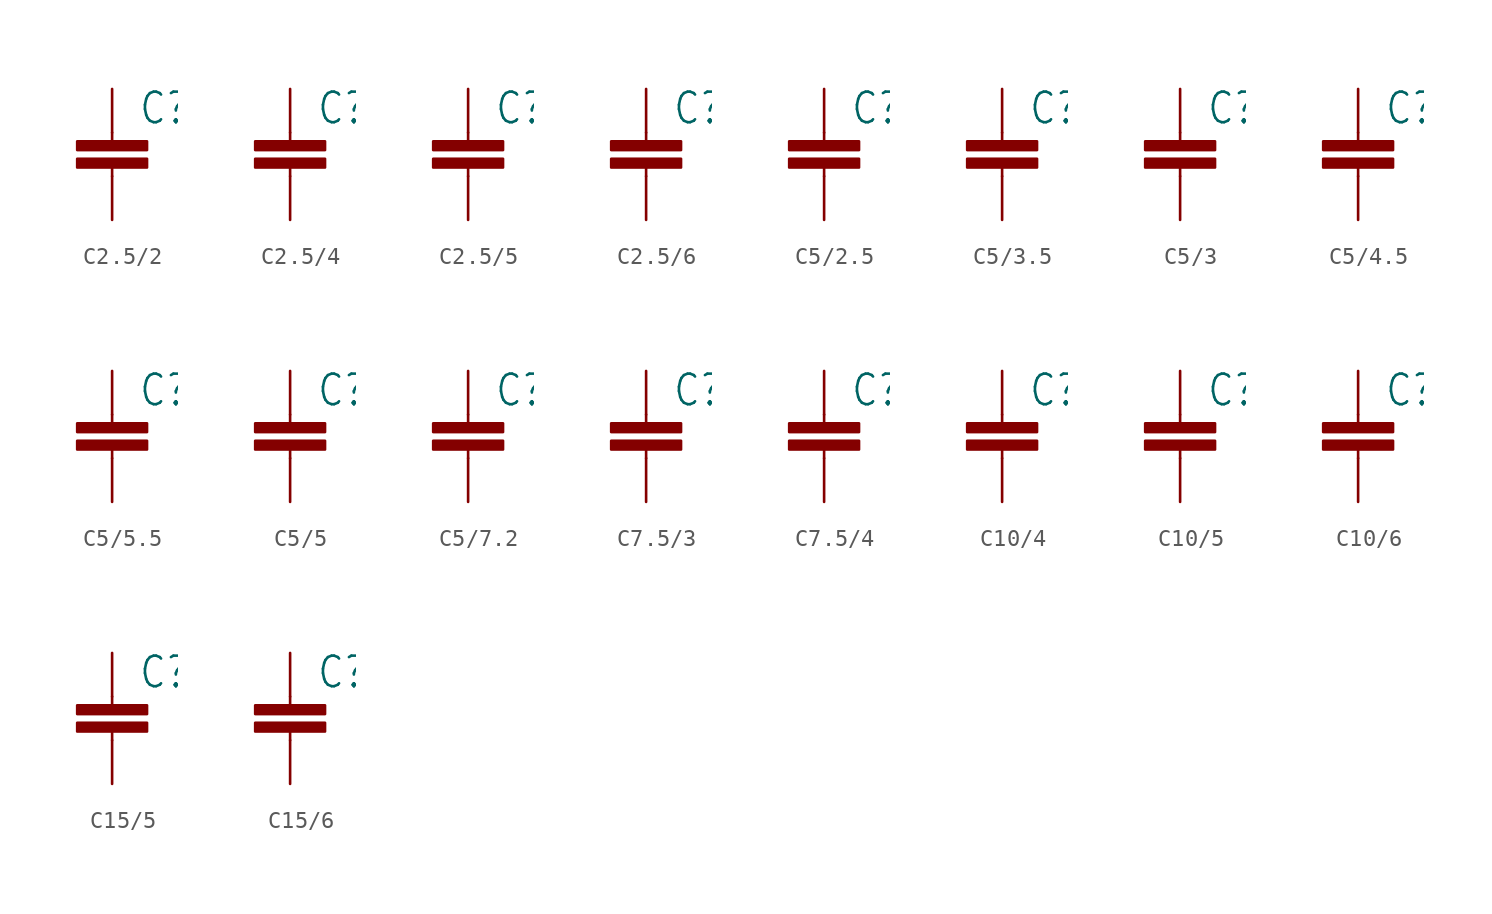
<source format=kicad_sym>
(kicad_symbol_lib
  (version 20220914)
  (generator kicad_symbol_editor)
  (symbol "C2.5/2"
    (property "Reference" "C"
      (at 1.524 0.381 0)
      (effects (font (size 1.778 1.511)) (justify left bottom)))
    (property "Value" ""
      (at 1.524 -4.699 0)
      (effects (font (size 1.778 1.511)) (justify left bottom)))
    (property "ki_locked" ""
      (at 0 0 0)
      (effects (font (size 1.27 1.27))))
    (symbol "C2.5/2_1_0"
      (rectangle (start -2.032 -2.032) (end 2.032 -1.524) (stroke (width 0) (type default)) (fill (type outline)))
      (rectangle (start -2.032 -1.016) (end 2.032 -0.508) (stroke (width 0) (type default)) (fill (type outline)))
      (polyline (pts (xy 0 -2.54) (xy 0 -2.032)) (stroke (width 0.152) (type solid)) (fill (type none)))
      (polyline (pts (xy 0 0) (xy 0 -0.508)) (stroke (width 0.152) (type solid)) (fill (type none)))
      (pin passive line (at 0 2.54 270) (length 2.54) (name "1" (effects (font (size 0 0)))) (number "1" (effects (font (size 0 0)))))
      (pin passive line (at 0 -5.08 90) (length 2.54) (name "2" (effects (font (size 0 0)))) (number "2" (effects (font (size 0 0)))))))
  (symbol "C2.5/4"
    (property "Reference" "C"
      (at 1.524 0.381 0)
      (effects (font (size 1.778 1.511)) (justify left bottom)))
    (property "Value" ""
      (at 1.524 -4.699 0)
      (effects (font (size 1.778 1.511)) (justify left bottom)))
    (property "ki_locked" ""
      (at 0 0 0)
      (effects (font (size 1.27 1.27))))
    (symbol "C2.5/4_1_0"
      (rectangle (start -2.032 -2.032) (end 2.032 -1.524) (stroke (width 0) (type default)) (fill (type outline)))
      (rectangle (start -2.032 -1.016) (end 2.032 -0.508) (stroke (width 0) (type default)) (fill (type outline)))
      (polyline (pts (xy 0 -2.54) (xy 0 -2.032)) (stroke (width 0.152) (type solid)) (fill (type none)))
      (polyline (pts (xy 0 0) (xy 0 -0.508)) (stroke (width 0.152) (type solid)) (fill (type none)))
      (pin passive line (at 0 2.54 270) (length 2.54) (name "1" (effects (font (size 0 0)))) (number "1" (effects (font (size 0 0)))))
      (pin passive line (at 0 -5.08 90) (length 2.54) (name "2" (effects (font (size 0 0)))) (number "2" (effects (font (size 0 0)))))))
  (symbol "C2.5/5"
    (property "Reference" "C"
      (at 1.524 0.381 0)
      (effects (font (size 1.778 1.511)) (justify left bottom)))
    (property "Value" ""
      (at 1.524 -4.699 0)
      (effects (font (size 1.778 1.511)) (justify left bottom)))
    (property "ki_locked" ""
      (at 0 0 0)
      (effects (font (size 1.27 1.27))))
    (symbol "C2.5/5_1_0"
      (rectangle (start -2.032 -2.032) (end 2.032 -1.524) (stroke (width 0) (type default)) (fill (type outline)))
      (rectangle (start -2.032 -1.016) (end 2.032 -0.508) (stroke (width 0) (type default)) (fill (type outline)))
      (polyline (pts (xy 0 -2.54) (xy 0 -2.032)) (stroke (width 0.152) (type solid)) (fill (type none)))
      (polyline (pts (xy 0 0) (xy 0 -0.508)) (stroke (width 0.152) (type solid)) (fill (type none)))
      (pin passive line (at 0 2.54 270) (length 2.54) (name "1" (effects (font (size 0 0)))) (number "1" (effects (font (size 0 0)))))
      (pin passive line (at 0 -5.08 90) (length 2.54) (name "2" (effects (font (size 0 0)))) (number "2" (effects (font (size 0 0)))))))
  (symbol "C2.5/6"
    (property "Reference" "C"
      (at 1.524 0.381 0)
      (effects (font (size 1.778 1.511)) (justify left bottom)))
    (property "Value" ""
      (at 1.524 -4.699 0)
      (effects (font (size 1.778 1.511)) (justify left bottom)))
    (property "ki_locked" ""
      (at 0 0 0)
      (effects (font (size 1.27 1.27))))
    (symbol "C2.5/6_1_0"
      (rectangle (start -2.032 -2.032) (end 2.032 -1.524) (stroke (width 0) (type default)) (fill (type outline)))
      (rectangle (start -2.032 -1.016) (end 2.032 -0.508) (stroke (width 0) (type default)) (fill (type outline)))
      (polyline (pts (xy 0 -2.54) (xy 0 -2.032)) (stroke (width 0.152) (type solid)) (fill (type none)))
      (polyline (pts (xy 0 0) (xy 0 -0.508)) (stroke (width 0.152) (type solid)) (fill (type none)))
      (pin passive line (at 0 2.54 270) (length 2.54) (name "1" (effects (font (size 0 0)))) (number "1" (effects (font (size 0 0)))))
      (pin passive line (at 0 -5.08 90) (length 2.54) (name "2" (effects (font (size 0 0)))) (number "2" (effects (font (size 0 0)))))))
  (symbol "C5/2.5"
    (property "Reference" "C"
      (at 1.524 0.381 0)
      (effects (font (size 1.778 1.511)) (justify left bottom)))
    (property "Value" ""
      (at 1.524 -4.699 0)
      (effects (font (size 1.778 1.511)) (justify left bottom)))
    (property "ki_locked" ""
      (at 0 0 0)
      (effects (font (size 1.27 1.27))))
    (symbol "C5/2.5_1_0"
      (rectangle (start -2.032 -2.032) (end 2.032 -1.524) (stroke (width 0) (type default)) (fill (type outline)))
      (rectangle (start -2.032 -1.016) (end 2.032 -0.508) (stroke (width 0) (type default)) (fill (type outline)))
      (polyline (pts (xy 0 -2.54) (xy 0 -2.032)) (stroke (width 0.152) (type solid)) (fill (type none)))
      (polyline (pts (xy 0 0) (xy 0 -0.508)) (stroke (width 0.152) (type solid)) (fill (type none)))
      (pin passive line (at 0 2.54 270) (length 2.54) (name "1" (effects (font (size 0 0)))) (number "1" (effects (font (size 0 0)))))
      (pin passive line (at 0 -5.08 90) (length 2.54) (name "2" (effects (font (size 0 0)))) (number "2" (effects (font (size 0 0)))))))
  (symbol "C5/3.5"
    (property "Reference" "C"
      (at 1.524 0.381 0)
      (effects (font (size 1.778 1.511)) (justify left bottom)))
    (property "Value" ""
      (at 1.524 -4.699 0)
      (effects (font (size 1.778 1.511)) (justify left bottom)))
    (property "ki_locked" ""
      (at 0 0 0)
      (effects (font (size 1.27 1.27))))
    (symbol "C5/3.5_1_0"
      (rectangle (start -2.032 -2.032) (end 2.032 -1.524) (stroke (width 0) (type default)) (fill (type outline)))
      (rectangle (start -2.032 -1.016) (end 2.032 -0.508) (stroke (width 0) (type default)) (fill (type outline)))
      (polyline (pts (xy 0 -2.54) (xy 0 -2.032)) (stroke (width 0.152) (type solid)) (fill (type none)))
      (polyline (pts (xy 0 0) (xy 0 -0.508)) (stroke (width 0.152) (type solid)) (fill (type none)))
      (pin passive line (at 0 2.54 270) (length 2.54) (name "1" (effects (font (size 0 0)))) (number "1" (effects (font (size 0 0)))))
      (pin passive line (at 0 -5.08 90) (length 2.54) (name "2" (effects (font (size 0 0)))) (number "2" (effects (font (size 0 0)))))))
  (symbol "C5/3"
    (property "Reference" "C"
      (at 1.524 0.381 0)
      (effects (font (size 1.778 1.511)) (justify left bottom)))
    (property "Value" ""
      (at 1.524 -4.699 0)
      (effects (font (size 1.778 1.511)) (justify left bottom)))
    (property "ki_locked" ""
      (at 0 0 0)
      (effects (font (size 1.27 1.27))))
    (symbol "C5/3_1_0"
      (rectangle (start -2.032 -2.032) (end 2.032 -1.524) (stroke (width 0) (type default)) (fill (type outline)))
      (rectangle (start -2.032 -1.016) (end 2.032 -0.508) (stroke (width 0) (type default)) (fill (type outline)))
      (polyline (pts (xy 0 -2.54) (xy 0 -2.032)) (stroke (width 0.152) (type solid)) (fill (type none)))
      (polyline (pts (xy 0 0) (xy 0 -0.508)) (stroke (width 0.152) (type solid)) (fill (type none)))
      (pin passive line (at 0 2.54 270) (length 2.54) (name "1" (effects (font (size 0 0)))) (number "1" (effects (font (size 0 0)))))
      (pin passive line (at 0 -5.08 90) (length 2.54) (name "2" (effects (font (size 0 0)))) (number "2" (effects (font (size 0 0)))))))
  (symbol "C5/4.5"
    (property "Reference" "C"
      (at 1.524 0.381 0)
      (effects (font (size 1.778 1.511)) (justify left bottom)))
    (property "Value" ""
      (at 1.524 -4.699 0)
      (effects (font (size 1.778 1.511)) (justify left bottom)))
    (property "ki_locked" ""
      (at 0 0 0)
      (effects (font (size 1.27 1.27))))
    (symbol "C5/4.5_1_0"
      (rectangle (start -2.032 -2.032) (end 2.032 -1.524) (stroke (width 0) (type default)) (fill (type outline)))
      (rectangle (start -2.032 -1.016) (end 2.032 -0.508) (stroke (width 0) (type default)) (fill (type outline)))
      (polyline (pts (xy 0 -2.54) (xy 0 -2.032)) (stroke (width 0.152) (type solid)) (fill (type none)))
      (polyline (pts (xy 0 0) (xy 0 -0.508)) (stroke (width 0.152) (type solid)) (fill (type none)))
      (pin passive line (at 0 2.54 270) (length 2.54) (name "1" (effects (font (size 0 0)))) (number "1" (effects (font (size 0 0)))))
      (pin passive line (at 0 -5.08 90) (length 2.54) (name "2" (effects (font (size 0 0)))) (number "2" (effects (font (size 0 0)))))))
  (symbol "C5/5.5"
    (property "Reference" "C"
      (at 1.524 0.381 0)
      (effects (font (size 1.778 1.511)) (justify left bottom)))
    (property "Value" ""
      (at 1.524 -4.699 0)
      (effects (font (size 1.778 1.511)) (justify left bottom)))
    (property "ki_locked" ""
      (at 0 0 0)
      (effects (font (size 1.27 1.27))))
    (symbol "C5/5.5_1_0"
      (rectangle (start -2.032 -2.032) (end 2.032 -1.524) (stroke (width 0) (type default)) (fill (type outline)))
      (rectangle (start -2.032 -1.016) (end 2.032 -0.508) (stroke (width 0) (type default)) (fill (type outline)))
      (polyline (pts (xy 0 -2.54) (xy 0 -2.032)) (stroke (width 0.152) (type solid)) (fill (type none)))
      (polyline (pts (xy 0 0) (xy 0 -0.508)) (stroke (width 0.152) (type solid)) (fill (type none)))
      (pin passive line (at 0 2.54 270) (length 2.54) (name "1" (effects (font (size 0 0)))) (number "1" (effects (font (size 0 0)))))
      (pin passive line (at 0 -5.08 90) (length 2.54) (name "2" (effects (font (size 0 0)))) (number "2" (effects (font (size 0 0)))))))
  (symbol "C5/5"
    (property "Reference" "C"
      (at 1.524 0.381 0)
      (effects (font (size 1.778 1.511)) (justify left bottom)))
    (property "Value" ""
      (at 1.524 -4.699 0)
      (effects (font (size 1.778 1.511)) (justify left bottom)))
    (property "ki_locked" ""
      (at 0 0 0)
      (effects (font (size 1.27 1.27))))
    (symbol "C5/5_1_0"
      (rectangle (start -2.032 -2.032) (end 2.032 -1.524) (stroke (width 0) (type default)) (fill (type outline)))
      (rectangle (start -2.032 -1.016) (end 2.032 -0.508) (stroke (width 0) (type default)) (fill (type outline)))
      (polyline (pts (xy 0 -2.54) (xy 0 -2.032)) (stroke (width 0.152) (type solid)) (fill (type none)))
      (polyline (pts (xy 0 0) (xy 0 -0.508)) (stroke (width 0.152) (type solid)) (fill (type none)))
      (pin passive line (at 0 2.54 270) (length 2.54) (name "1" (effects (font (size 0 0)))) (number "1" (effects (font (size 0 0)))))
      (pin passive line (at 0 -5.08 90) (length 2.54) (name "2" (effects (font (size 0 0)))) (number "2" (effects (font (size 0 0)))))))
  (symbol "C5/7.2"
    (property "Reference" "C"
      (at 1.524 0.381 0)
      (effects (font (size 1.778 1.511)) (justify left bottom)))
    (property "Value" ""
      (at 1.524 -4.699 0)
      (effects (font (size 1.778 1.511)) (justify left bottom)))
    (property "ki_locked" ""
      (at 0 0 0)
      (effects (font (size 1.27 1.27))))
    (symbol "C5/7.2_1_0"
      (rectangle (start -2.032 -2.032) (end 2.032 -1.524) (stroke (width 0) (type default)) (fill (type outline)))
      (rectangle (start -2.032 -1.016) (end 2.032 -0.508) (stroke (width 0) (type default)) (fill (type outline)))
      (polyline (pts (xy 0 -2.54) (xy 0 -2.032)) (stroke (width 0.152) (type solid)) (fill (type none)))
      (polyline (pts (xy 0 0) (xy 0 -0.508)) (stroke (width 0.152) (type solid)) (fill (type none)))
      (pin passive line (at 0 2.54 270) (length 2.54) (name "1" (effects (font (size 0 0)))) (number "1" (effects (font (size 0 0)))))
      (pin passive line (at 0 -5.08 90) (length 2.54) (name "2" (effects (font (size 0 0)))) (number "2" (effects (font (size 0 0)))))))
  (symbol "C7.5/3"
    (property "Reference" "C"
      (at 1.524 0.381 0)
      (effects (font (size 1.778 1.511)) (justify left bottom)))
    (property "Value" ""
      (at 1.524 -4.699 0)
      (effects (font (size 1.778 1.511)) (justify left bottom)))
    (property "ki_locked" ""
      (at 0 0 0)
      (effects (font (size 1.27 1.27))))
    (symbol "C7.5/3_1_0"
      (rectangle (start -2.032 -2.032) (end 2.032 -1.524) (stroke (width 0) (type default)) (fill (type outline)))
      (rectangle (start -2.032 -1.016) (end 2.032 -0.508) (stroke (width 0) (type default)) (fill (type outline)))
      (polyline (pts (xy 0 -2.54) (xy 0 -2.032)) (stroke (width 0.152) (type solid)) (fill (type none)))
      (polyline (pts (xy 0 0) (xy 0 -0.508)) (stroke (width 0.152) (type solid)) (fill (type none)))
      (pin passive line (at 0 2.54 270) (length 2.54) (name "1" (effects (font (size 0 0)))) (number "1" (effects (font (size 0 0)))))
      (pin passive line (at 0 -5.08 90) (length 2.54) (name "2" (effects (font (size 0 0)))) (number "2" (effects (font (size 0 0)))))))
  (symbol "C7.5/4"
    (property "Reference" "C"
      (at 1.524 0.381 0)
      (effects (font (size 1.778 1.511)) (justify left bottom)))
    (property "Value" ""
      (at 1.524 -4.699 0)
      (effects (font (size 1.778 1.511)) (justify left bottom)))
    (property "ki_locked" ""
      (at 0 0 0)
      (effects (font (size 1.27 1.27))))
    (symbol "C7.5/4_1_0"
      (rectangle (start -2.032 -2.032) (end 2.032 -1.524) (stroke (width 0) (type default)) (fill (type outline)))
      (rectangle (start -2.032 -1.016) (end 2.032 -0.508) (stroke (width 0) (type default)) (fill (type outline)))
      (polyline (pts (xy 0 -2.54) (xy 0 -2.032)) (stroke (width 0.152) (type solid)) (fill (type none)))
      (polyline (pts (xy 0 0) (xy 0 -0.508)) (stroke (width 0.152) (type solid)) (fill (type none)))
      (pin passive line (at 0 2.54 270) (length 2.54) (name "1" (effects (font (size 0 0)))) (number "1" (effects (font (size 0 0)))))
      (pin passive line (at 0 -5.08 90) (length 2.54) (name "2" (effects (font (size 0 0)))) (number "2" (effects (font (size 0 0)))))))
  (symbol "C10/4"
    (property "Reference" "C"
      (at 1.524 0.381 0)
      (effects (font (size 1.778 1.511)) (justify left bottom)))
    (property "Value" ""
      (at 1.524 -4.699 0)
      (effects (font (size 1.778 1.511)) (justify left bottom)))
    (property "ki_locked" ""
      (at 0 0 0)
      (effects (font (size 1.27 1.27))))
    (symbol "C10/4_1_0"
      (rectangle (start -2.032 -2.032) (end 2.032 -1.524) (stroke (width 0) (type default)) (fill (type outline)))
      (rectangle (start -2.032 -1.016) (end 2.032 -0.508) (stroke (width 0) (type default)) (fill (type outline)))
      (polyline (pts (xy 0 -2.54) (xy 0 -2.032)) (stroke (width 0.152) (type solid)) (fill (type none)))
      (polyline (pts (xy 0 0) (xy 0 -0.508)) (stroke (width 0.152) (type solid)) (fill (type none)))
      (pin passive line (at 0 2.54 270) (length 2.54) (name "1" (effects (font (size 0 0)))) (number "1" (effects (font (size 0 0)))))
      (pin passive line (at 0 -5.08 90) (length 2.54) (name "2" (effects (font (size 0 0)))) (number "2" (effects (font (size 0 0)))))))
  (symbol "C10/5"
    (property "Reference" "C"
      (at 1.524 0.381 0)
      (effects (font (size 1.778 1.511)) (justify left bottom)))
    (property "Value" ""
      (at 1.524 -4.699 0)
      (effects (font (size 1.778 1.511)) (justify left bottom)))
    (property "ki_locked" ""
      (at 0 0 0)
      (effects (font (size 1.27 1.27))))
    (symbol "C10/5_1_0"
      (rectangle (start -2.032 -2.032) (end 2.032 -1.524) (stroke (width 0) (type default)) (fill (type outline)))
      (rectangle (start -2.032 -1.016) (end 2.032 -0.508) (stroke (width 0) (type default)) (fill (type outline)))
      (polyline (pts (xy 0 -2.54) (xy 0 -2.032)) (stroke (width 0.152) (type solid)) (fill (type none)))
      (polyline (pts (xy 0 0) (xy 0 -0.508)) (stroke (width 0.152) (type solid)) (fill (type none)))
      (pin passive line (at 0 2.54 270) (length 2.54) (name "1" (effects (font (size 0 0)))) (number "1" (effects (font (size 0 0)))))
      (pin passive line (at 0 -5.08 90) (length 2.54) (name "2" (effects (font (size 0 0)))) (number "2" (effects (font (size 0 0)))))))
  (symbol "C10/6"
    (property "Reference" "C"
      (at 1.524 0.381 0)
      (effects (font (size 1.778 1.511)) (justify left bottom)))
    (property "Value" ""
      (at 1.524 -4.699 0)
      (effects (font (size 1.778 1.511)) (justify left bottom)))
    (property "ki_locked" ""
      (at 0 0 0)
      (effects (font (size 1.27 1.27))))
    (symbol "C10/6_1_0"
      (rectangle (start -2.032 -2.032) (end 2.032 -1.524) (stroke (width 0) (type default)) (fill (type outline)))
      (rectangle (start -2.032 -1.016) (end 2.032 -0.508) (stroke (width 0) (type default)) (fill (type outline)))
      (polyline (pts (xy 0 -2.54) (xy 0 -2.032)) (stroke (width 0.152) (type solid)) (fill (type none)))
      (polyline (pts (xy 0 0) (xy 0 -0.508)) (stroke (width 0.152) (type solid)) (fill (type none)))
      (pin passive line (at 0 2.54 270) (length 2.54) (name "1" (effects (font (size 0 0)))) (number "1" (effects (font (size 0 0)))))
      (pin passive line (at 0 -5.08 90) (length 2.54) (name "2" (effects (font (size 0 0)))) (number "2" (effects (font (size 0 0)))))))
  (symbol "C15/5"
    (property "Reference" "C"
      (at 1.524 0.381 0)
      (effects (font (size 1.778 1.511)) (justify left bottom)))
    (property "Value" ""
      (at 1.524 -4.699 0)
      (effects (font (size 1.778 1.511)) (justify left bottom)))
    (property "ki_locked" ""
      (at 0 0 0)
      (effects (font (size 1.27 1.27))))
    (symbol "C15/5_1_0"
      (rectangle (start -2.032 -2.032) (end 2.032 -1.524) (stroke (width 0) (type default)) (fill (type outline)))
      (rectangle (start -2.032 -1.016) (end 2.032 -0.508) (stroke (width 0) (type default)) (fill (type outline)))
      (polyline (pts (xy 0 -2.54) (xy 0 -2.032)) (stroke (width 0.152) (type solid)) (fill (type none)))
      (polyline (pts (xy 0 0) (xy 0 -0.508)) (stroke (width 0.152) (type solid)) (fill (type none)))
      (pin passive line (at 0 2.54 270) (length 2.54) (name "1" (effects (font (size 0 0)))) (number "1" (effects (font (size 0 0)))))
      (pin passive line (at 0 -5.08 90) (length 2.54) (name "2" (effects (font (size 0 0)))) (number "2" (effects (font (size 0 0)))))))
  (symbol "C15/6"
    (property "Reference" "C"
      (at 1.524 0.381 0)
      (effects (font (size 1.778 1.511)) (justify left bottom)))
    (property "Value" ""
      (at 1.524 -4.699 0)
      (effects (font (size 1.778 1.511)) (justify left bottom)))
    (property "ki_locked" ""
      (at 0 0 0)
      (effects (font (size 1.27 1.27))))
    (symbol "C15/6_1_0"
      (rectangle (start -2.032 -2.032) (end 2.032 -1.524) (stroke (width 0) (type default)) (fill (type outline)))
      (rectangle (start -2.032 -1.016) (end 2.032 -0.508) (stroke (width 0) (type default)) (fill (type outline)))
      (polyline (pts (xy 0 -2.54) (xy 0 -2.032)) (stroke (width 0.152) (type solid)) (fill (type none)))
      (polyline (pts (xy 0 0) (xy 0 -0.508)) (stroke (width 0.152) (type solid)) (fill (type none)))
      (pin passive line (at 0 2.54 270) (length 2.54) (name "1" (effects (font (size 0 0)))) (number "1" (effects (font (size 0 0)))))
      (pin passive line (at 0 -5.08 90) (length 2.54) (name "2" (effects (font (size 0 0)))) (number "2" (effects (font (size 0 0))))))))
</source>
